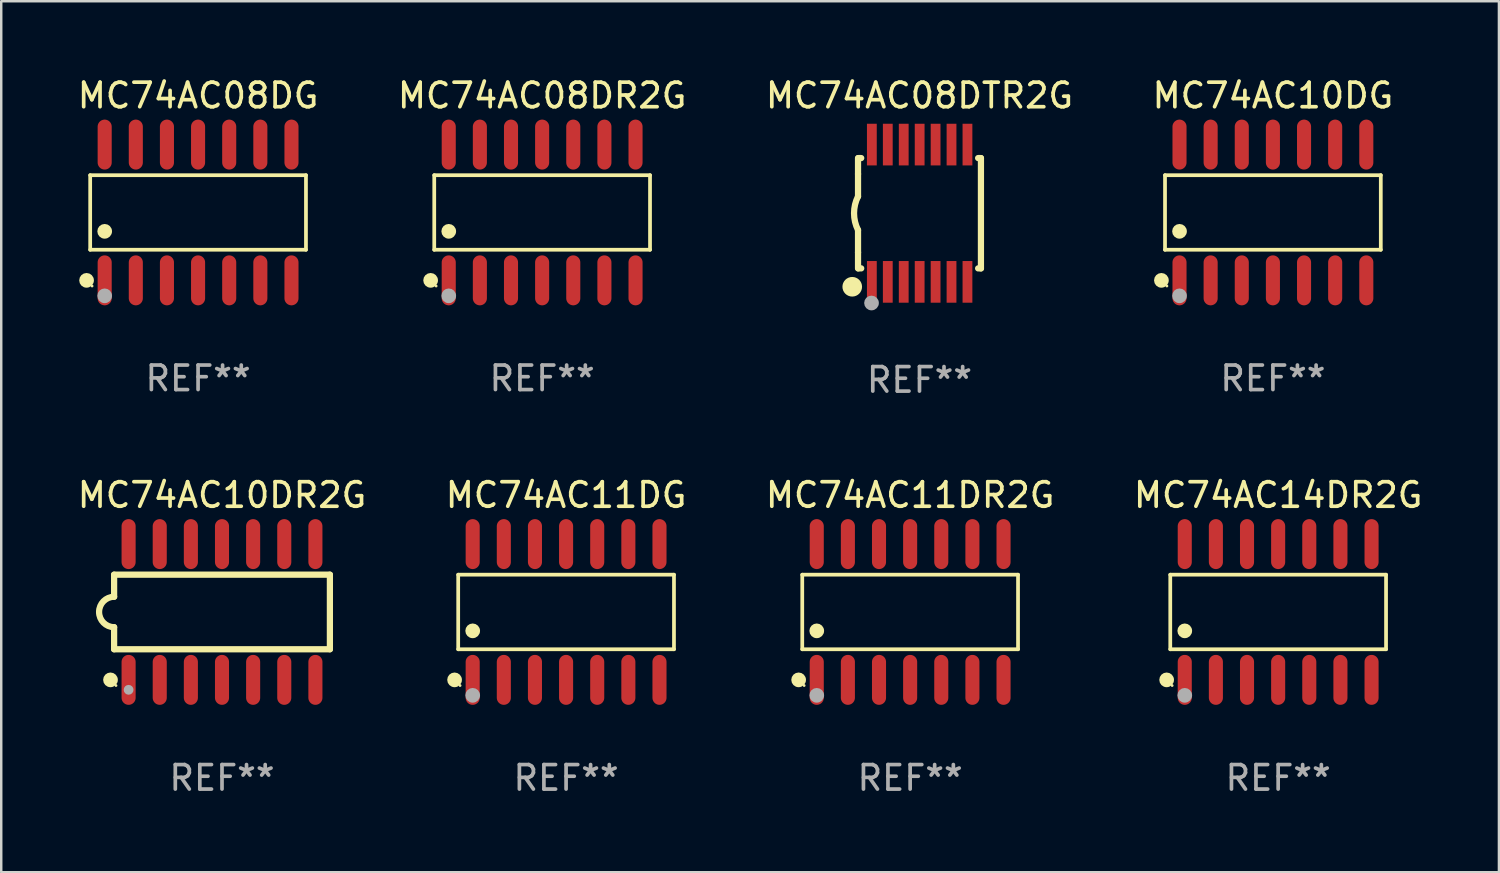
<source format=kicad_pcb>
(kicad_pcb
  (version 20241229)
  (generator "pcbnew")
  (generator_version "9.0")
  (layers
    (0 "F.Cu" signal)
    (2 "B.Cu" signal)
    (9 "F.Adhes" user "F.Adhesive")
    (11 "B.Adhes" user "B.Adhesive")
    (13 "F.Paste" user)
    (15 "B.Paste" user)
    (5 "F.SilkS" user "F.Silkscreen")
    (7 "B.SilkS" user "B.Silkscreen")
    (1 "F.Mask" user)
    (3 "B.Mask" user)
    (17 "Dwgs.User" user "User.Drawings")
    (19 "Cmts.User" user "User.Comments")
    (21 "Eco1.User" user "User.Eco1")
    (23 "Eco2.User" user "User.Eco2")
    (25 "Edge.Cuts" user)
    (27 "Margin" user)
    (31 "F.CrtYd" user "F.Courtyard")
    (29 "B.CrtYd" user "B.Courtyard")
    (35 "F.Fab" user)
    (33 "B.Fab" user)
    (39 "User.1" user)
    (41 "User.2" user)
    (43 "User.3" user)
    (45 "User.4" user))
  (footprint "MC74AC10DG"
    (layer "F.Cu")
    (at 48.875 5.617)
    (property "Reference" "MC74AC10DG" (at 0 -4.769 0) (layer "F.SilkS") (effects (font (size 1 1) (thickness 0.15))))
    (attr through_hole)
    (fp_line (start -4.401 -1.521) (end 4.401 -1.521) (stroke (width 0.152) (type solid)) (layer "F.SilkS"))
    (fp_line (start -4.401 1.521) (end -4.401 -1.521) (stroke (width 0.152) (type solid)) (layer "F.SilkS"))
    (fp_line (start 4.401 -1.521) (end 4.401 1.521) (stroke (width 0.152) (type solid)) (layer "F.SilkS"))
    (fp_line (start 4.401 1.521) (end -4.401 1.521) (stroke (width 0.152) (type solid)) (layer "F.SilkS"))
    (fp_circle (center -4.549 2.769) (end -4.399 2.769) (stroke (width 0.3) (type solid)) (fill no) (layer "F.SilkS"))
    (fp_circle (center -4.325 3) (end -4.295 3) (stroke (width 0.06) (type solid)) (fill no) (layer "F.SilkS"))
    (fp_circle (center -3.81 0.769) (end -3.66 0.769) (stroke (width 0.3) (type solid)) (fill no) (layer "F.SilkS"))
    (fp_circle (center -3.81 3.4) (end -3.66 3.4) (stroke (width 0.3) (type solid)) (fill no) (layer "F.Fab"))
    (fp_text user "REF**" (at 0 6.769 0) (layer "F.Fab") (effects (font (size 1 1) (thickness 0.15))))
    (pad "1" smd oval (at -3.81 2.769) (size 0.574 2.038) (layers "F.Cu" "F.Mask" "F.Paste"))
    (pad "2" smd oval (at -2.54 2.769) (size 0.574 2.038) (layers "F.Cu" "F.Mask" "F.Paste"))
    (pad "3" smd oval (at -1.27 2.769) (size 0.574 2.038) (layers "F.Cu" "F.Mask" "F.Paste"))
    (pad "4" smd oval (at 0 2.769) (size 0.574 2.038) (layers "F.Cu" "F.Mask" "F.Paste"))
    (pad "5" smd oval (at 1.27 2.769) (size 0.574 2.038) (layers "F.Cu" "F.Mask" "F.Paste"))
    (pad "6" smd oval (at 2.54 2.769) (size 0.574 2.038) (layers "F.Cu" "F.Mask" "F.Paste"))
    (pad "7" smd oval (at 3.81 2.769) (size 0.574 2.038) (layers "F.Cu" "F.Mask" "F.Paste"))
    (pad "8" smd oval (at 3.81 -2.769) (size 0.574 2.038) (layers "F.Cu" "F.Mask" "F.Paste"))
    (pad "9" smd oval (at 2.54 -2.769) (size 0.574 2.038) (layers "F.Cu" "F.Mask" "F.Paste"))
    (pad "10" smd oval (at 1.27 -2.769) (size 0.574 2.038) (layers "F.Cu" "F.Mask" "F.Paste"))
    (pad "11" smd oval (at 0 -2.769) (size 0.574 2.038) (layers "F.Cu" "F.Mask" "F.Paste"))
    (pad "12" smd oval (at -1.27 -2.769) (size 0.574 2.038) (layers "F.Cu" "F.Mask" "F.Paste"))
    (pad "13" smd oval (at -2.54 -2.769) (size 0.574 2.038) (layers "F.Cu" "F.Mask" "F.Paste"))
    (pad "14" smd oval (at -3.81 -2.769) (size 0.574 2.038) (layers "F.Cu" "F.Mask" "F.Paste")))
  (footprint "MC74AC14DR2G"
    (layer "F.Cu")
    (at 49.089 21.914)
    (property "Reference" "MC74AC14DR2G" (at 0 -4.769 0) (layer "F.SilkS") (effects (font (size 1 1) (thickness 0.15))))
    (attr through_hole)
    (fp_line (start -4.401 -1.521) (end 4.401 -1.521) (stroke (width 0.152) (type solid)) (layer "F.SilkS"))
    (fp_line (start -4.401 1.521) (end -4.401 -1.521) (stroke (width 0.152) (type solid)) (layer "F.SilkS"))
    (fp_line (start 4.401 -1.521) (end 4.401 1.521) (stroke (width 0.152) (type solid)) (layer "F.SilkS"))
    (fp_line (start 4.401 1.521) (end -4.401 1.521) (stroke (width 0.152) (type solid)) (layer "F.SilkS"))
    (fp_circle (center -4.549 2.769) (end -4.399 2.769) (stroke (width 0.3) (type solid)) (fill no) (layer "F.SilkS"))
    (fp_circle (center -4.325 3) (end -4.295 3) (stroke (width 0.06) (type solid)) (fill no) (layer "F.SilkS"))
    (fp_circle (center -3.81 0.769) (end -3.66 0.769) (stroke (width 0.3) (type solid)) (fill no) (layer "F.SilkS"))
    (fp_circle (center -3.81 3.4) (end -3.66 3.4) (stroke (width 0.3) (type solid)) (fill no) (layer "F.Fab"))
    (fp_text user "REF**" (at 0 6.769 0) (layer "F.Fab") (effects (font (size 1 1) (thickness 0.15))))
    (pad "1" smd oval (at -3.81 2.769) (size 0.574 2.038) (layers "F.Cu" "F.Mask" "F.Paste"))
    (pad "2" smd oval (at -2.54 2.769) (size 0.574 2.038) (layers "F.Cu" "F.Mask" "F.Paste"))
    (pad "3" smd oval (at -1.27 2.769) (size 0.574 2.038) (layers "F.Cu" "F.Mask" "F.Paste"))
    (pad "4" smd oval (at 0 2.769) (size 0.574 2.038) (layers "F.Cu" "F.Mask" "F.Paste"))
    (pad "5" smd oval (at 1.27 2.769) (size 0.574 2.038) (layers "F.Cu" "F.Mask" "F.Paste"))
    (pad "6" smd oval (at 2.54 2.769) (size 0.574 2.038) (layers "F.Cu" "F.Mask" "F.Paste"))
    (pad "7" smd oval (at 3.81 2.769) (size 0.574 2.038) (layers "F.Cu" "F.Mask" "F.Paste"))
    (pad "8" smd oval (at 3.81 -2.769) (size 0.574 2.038) (layers "F.Cu" "F.Mask" "F.Paste"))
    (pad "9" smd oval (at 2.54 -2.769) (size 0.574 2.038) (layers "F.Cu" "F.Mask" "F.Paste"))
    (pad "10" smd oval (at 1.27 -2.769) (size 0.574 2.038) (layers "F.Cu" "F.Mask" "F.Paste"))
    (pad "11" smd oval (at 0 -2.769) (size 0.574 2.038) (layers "F.Cu" "F.Mask" "F.Paste"))
    (pad "12" smd oval (at -1.27 -2.769) (size 0.574 2.038) (layers "F.Cu" "F.Mask" "F.Paste"))
    (pad "13" smd oval (at -2.54 -2.769) (size 0.574 2.038) (layers "F.Cu" "F.Mask" "F.Paste"))
    (pad "14" smd oval (at -3.81 -2.769) (size 0.574 2.038) (layers "F.Cu" "F.Mask" "F.Paste")))
  (footprint "MC74AC08DR2G"
    (layer "F.Cu")
    (at 19.065 5.617)
    (property "Reference" "MC74AC08DR2G" (at 0 -4.769 0) (layer "F.SilkS") (effects (font (size 1 1) (thickness 0.15))))
    (attr through_hole)
    (fp_line (start -4.401 -1.521) (end 4.401 -1.521) (stroke (width 0.152) (type solid)) (layer "F.SilkS"))
    (fp_line (start -4.401 1.521) (end -4.401 -1.521) (stroke (width 0.152) (type solid)) (layer "F.SilkS"))
    (fp_line (start 4.401 -1.521) (end 4.401 1.521) (stroke (width 0.152) (type solid)) (layer "F.SilkS"))
    (fp_line (start 4.401 1.521) (end -4.401 1.521) (stroke (width 0.152) (type solid)) (layer "F.SilkS"))
    (fp_circle (center -4.549 2.769) (end -4.399 2.769) (stroke (width 0.3) (type solid)) (fill no) (layer "F.SilkS"))
    (fp_circle (center -4.325 3) (end -4.295 3) (stroke (width 0.06) (type solid)) (fill no) (layer "F.SilkS"))
    (fp_circle (center -3.81 0.769) (end -3.66 0.769) (stroke (width 0.3) (type solid)) (fill no) (layer "F.SilkS"))
    (fp_circle (center -3.81 3.4) (end -3.66 3.4) (stroke (width 0.3) (type solid)) (fill no) (layer "F.Fab"))
    (fp_text user "REF**" (at 0 6.769 0) (layer "F.Fab") (effects (font (size 1 1) (thickness 0.15))))
    (pad "1" smd oval (at -3.81 2.769) (size 0.574 2.038) (layers "F.Cu" "F.Mask" "F.Paste"))
    (pad "2" smd oval (at -2.54 2.769) (size 0.574 2.038) (layers "F.Cu" "F.Mask" "F.Paste"))
    (pad "3" smd oval (at -1.27 2.769) (size 0.574 2.038) (layers "F.Cu" "F.Mask" "F.Paste"))
    (pad "4" smd oval (at 0 2.769) (size 0.574 2.038) (layers "F.Cu" "F.Mask" "F.Paste"))
    (pad "5" smd oval (at 1.27 2.769) (size 0.574 2.038) (layers "F.Cu" "F.Mask" "F.Paste"))
    (pad "6" smd oval (at 2.54 2.769) (size 0.574 2.038) (layers "F.Cu" "F.Mask" "F.Paste"))
    (pad "7" smd oval (at 3.81 2.769) (size 0.574 2.038) (layers "F.Cu" "F.Mask" "F.Paste"))
    (pad "8" smd oval (at 3.81 -2.769) (size 0.574 2.038) (layers "F.Cu" "F.Mask" "F.Paste"))
    (pad "9" smd oval (at 2.54 -2.769) (size 0.574 2.038) (layers "F.Cu" "F.Mask" "F.Paste"))
    (pad "10" smd oval (at 1.27 -2.769) (size 0.574 2.038) (layers "F.Cu" "F.Mask" "F.Paste"))
    (pad "11" smd oval (at 0 -2.769) (size 0.574 2.038) (layers "F.Cu" "F.Mask" "F.Paste"))
    (pad "12" smd oval (at -1.27 -2.769) (size 0.574 2.038) (layers "F.Cu" "F.Mask" "F.Paste"))
    (pad "13" smd oval (at -2.54 -2.769) (size 0.574 2.038) (layers "F.Cu" "F.Mask" "F.Paste"))
    (pad "14" smd oval (at -3.81 -2.769) (size 0.574 2.038) (layers "F.Cu" "F.Mask" "F.Paste")))
  (footprint "MC74AC10DR2G"
    (layer "F.Cu")
    (at 6.006 21.914)
    (property "Reference" "MC74AC10DR2G" (at 0 -4.769 0) (layer "F.SilkS") (effects (font (size 1 1) (thickness 0.15))))
    (attr through_hole)
    (fp_line (start -4.401 -1.522) (end -4.401 -0.622) (stroke (width 0.254) (type solid)) (layer "F.SilkS"))
    (fp_line (start -4.401 -1.522) (end 4.401 -1.522) (stroke (width 0.254) (type solid)) (layer "F.SilkS"))
    (fp_line (start -4.401 1.521) (end -4.401 0.621) (stroke (width 0.254) (type solid)) (layer "F.SilkS"))
    (fp_line (start 4.401 -1.522) (end 4.401 1.521) (stroke (width 0.254) (type solid)) (layer "F.SilkS"))
    (fp_line (start 4.401 1.521) (end -4.401 1.521) (stroke (width 0.254) (type solid)) (layer "F.SilkS"))
    (fp_arc (start -4.401219 0.621311) (mid -5.021261 -0.000419) (end -4.400101 -0.621032) (stroke (width 0.254001) (type solid)) (layer "F.SilkS"))
    (fp_circle (center -4.549 2.769) (end -4.399 2.769) (stroke (width 0.3) (type solid)) (fill no) (layer "F.SilkS"))
    (fp_circle (center -4.325 3) (end -4.295 3) (stroke (width 0.06) (type solid)) (fill no) (layer "F.SilkS"))
    (fp_circle (center -3.81 3.175) (end -3.71 3.175) (stroke (width 0.2) (type solid)) (fill no) (layer "F.Fab"))
    (fp_text user "REF**" (at 0 6.769 0) (layer "F.Fab") (effects (font (size 1 1) (thickness 0.15))))
    (pad "1" smd oval (at -3.81 2.769) (size 0.574 2.038) (layers "F.Cu" "F.Mask" "F.Paste"))
    (pad "2" smd oval (at -2.54 2.769) (size 0.574 2.038) (layers "F.Cu" "F.Mask" "F.Paste"))
    (pad "3" smd oval (at -1.27 2.769) (size 0.574 2.038) (layers "F.Cu" "F.Mask" "F.Paste"))
    (pad "4" smd oval (at -0.000051 2.769) (size 0.574 2.038) (layers "F.Cu" "F.Mask" "F.Paste"))
    (pad "5" smd oval (at 1.27 2.769) (size 0.574 2.038) (layers "F.Cu" "F.Mask" "F.Paste"))
    (pad "6" smd oval (at 2.54 2.769) (size 0.574 2.038) (layers "F.Cu" "F.Mask" "F.Paste"))
    (pad "7" smd oval (at 3.81 2.769) (size 0.574 2.038) (layers "F.Cu" "F.Mask" "F.Paste"))
    (pad "8" smd oval (at 3.81 -2.769) (size 0.574 2.038) (layers "F.Cu" "F.Mask" "F.Paste"))
    (pad "9" smd oval (at 2.54 -2.769) (size 0.574 2.038) (layers "F.Cu" "F.Mask" "F.Paste"))
    (pad "10" smd oval (at 1.27 -2.769) (size 0.574 2.038) (layers "F.Cu" "F.Mask" "F.Paste"))
    (pad "11" smd oval (at -0.000051 -2.769) (size 0.574 2.038) (layers "F.Cu" "F.Mask" "F.Paste"))
    (pad "12" smd oval (at -1.27 -2.769) (size 0.574 2.038) (layers "F.Cu" "F.Mask" "F.Paste"))
    (pad "13" smd oval (at -2.54 -2.769) (size 0.574 2.038) (layers "F.Cu" "F.Mask" "F.Paste"))
    (pad "14" smd oval (at -3.81 -2.769) (size 0.574 2.038) (layers "F.Cu" "F.Mask" "F.Paste")))
  (footprint "MC74AC08DG"
    (layer "F.Cu")
    (at 5.03 5.617)
    (property "Reference" "MC74AC08DG" (at 0 -4.769 0) (layer "F.SilkS") (effects (font (size 1 1) (thickness 0.15))))
    (attr through_hole)
    (fp_line (start -4.401 -1.521) (end 4.401 -1.521) (stroke (width 0.152) (type solid)) (layer "F.SilkS"))
    (fp_line (start -4.401 1.521) (end -4.401 -1.521) (stroke (width 0.152) (type solid)) (layer "F.SilkS"))
    (fp_line (start 4.401 -1.521) (end 4.401 1.521) (stroke (width 0.152) (type solid)) (layer "F.SilkS"))
    (fp_line (start 4.401 1.521) (end -4.401 1.521) (stroke (width 0.152) (type solid)) (layer "F.SilkS"))
    (fp_circle (center -4.549 2.769) (end -4.399 2.769) (stroke (width 0.3) (type solid)) (fill no) (layer "F.SilkS"))
    (fp_circle (center -4.325 3) (end -4.295 3) (stroke (width 0.06) (type solid)) (fill no) (layer "F.SilkS"))
    (fp_circle (center -3.81 0.769) (end -3.66 0.769) (stroke (width 0.3) (type solid)) (fill no) (layer "F.SilkS"))
    (fp_circle (center -3.81 3.4) (end -3.66 3.4) (stroke (width 0.3) (type solid)) (fill no) (layer "F.Fab"))
    (fp_text user "REF**" (at 0 6.769 0) (layer "F.Fab") (effects (font (size 1 1) (thickness 0.15))))
    (pad "1" smd oval (at -3.81 2.769) (size 0.574 2.038) (layers "F.Cu" "F.Mask" "F.Paste"))
    (pad "2" smd oval (at -2.54 2.769) (size 0.574 2.038) (layers "F.Cu" "F.Mask" "F.Paste"))
    (pad "3" smd oval (at -1.27 2.769) (size 0.574 2.038) (layers "F.Cu" "F.Mask" "F.Paste"))
    (pad "4" smd oval (at 0 2.769) (size 0.574 2.038) (layers "F.Cu" "F.Mask" "F.Paste"))
    (pad "5" smd oval (at 1.27 2.769) (size 0.574 2.038) (layers "F.Cu" "F.Mask" "F.Paste"))
    (pad "6" smd oval (at 2.54 2.769) (size 0.574 2.038) (layers "F.Cu" "F.Mask" "F.Paste"))
    (pad "7" smd oval (at 3.81 2.769) (size 0.574 2.038) (layers "F.Cu" "F.Mask" "F.Paste"))
    (pad "8" smd oval (at 3.81 -2.769) (size 0.574 2.038) (layers "F.Cu" "F.Mask" "F.Paste"))
    (pad "9" smd oval (at 2.54 -2.769) (size 0.574 2.038) (layers "F.Cu" "F.Mask" "F.Paste"))
    (pad "10" smd oval (at 1.27 -2.769) (size 0.574 2.038) (layers "F.Cu" "F.Mask" "F.Paste"))
    (pad "11" smd oval (at 0 -2.769) (size 0.574 2.038) (layers "F.Cu" "F.Mask" "F.Paste"))
    (pad "12" smd oval (at -1.27 -2.769) (size 0.574 2.038) (layers "F.Cu" "F.Mask" "F.Paste"))
    (pad "13" smd oval (at -2.54 -2.769) (size 0.574 2.038) (layers "F.Cu" "F.Mask" "F.Paste"))
    (pad "14" smd oval (at -3.81 -2.769) (size 0.574 2.038) (layers "F.Cu" "F.Mask" "F.Paste")))
  (footprint "MC74AC11DG"
    (layer "F.Cu")
    (at 20.042 21.914)
    (property "Reference" "MC74AC11DG" (at 0 -4.769 0) (layer "F.SilkS") (effects (font (size 1 1) (thickness 0.15))))
    (attr through_hole)
    (fp_line (start -4.401 -1.521) (end 4.401 -1.521) (stroke (width 0.152) (type solid)) (layer "F.SilkS"))
    (fp_line (start -4.401 1.521) (end -4.401 -1.521) (stroke (width 0.152) (type solid)) (layer "F.SilkS"))
    (fp_line (start 4.401 -1.521) (end 4.401 1.521) (stroke (width 0.152) (type solid)) (layer "F.SilkS"))
    (fp_line (start 4.401 1.521) (end -4.401 1.521) (stroke (width 0.152) (type solid)) (layer "F.SilkS"))
    (fp_circle (center -4.549 2.769) (end -4.399 2.769) (stroke (width 0.3) (type solid)) (fill no) (layer "F.SilkS"))
    (fp_circle (center -4.325 3) (end -4.295 3) (stroke (width 0.06) (type solid)) (fill no) (layer "F.SilkS"))
    (fp_circle (center -3.81 0.769) (end -3.66 0.769) (stroke (width 0.3) (type solid)) (fill no) (layer "F.SilkS"))
    (fp_circle (center -3.81 3.4) (end -3.66 3.4) (stroke (width 0.3) (type solid)) (fill no) (layer "F.Fab"))
    (fp_text user "REF**" (at 0 6.769 0) (layer "F.Fab") (effects (font (size 1 1) (thickness 0.15))))
    (pad "1" smd oval (at -3.81 2.769) (size 0.574 2.038) (layers "F.Cu" "F.Mask" "F.Paste"))
    (pad "2" smd oval (at -2.54 2.769) (size 0.574 2.038) (layers "F.Cu" "F.Mask" "F.Paste"))
    (pad "3" smd oval (at -1.27 2.769) (size 0.574 2.038) (layers "F.Cu" "F.Mask" "F.Paste"))
    (pad "4" smd oval (at 0 2.769) (size 0.574 2.038) (layers "F.Cu" "F.Mask" "F.Paste"))
    (pad "5" smd oval (at 1.27 2.769) (size 0.574 2.038) (layers "F.Cu" "F.Mask" "F.Paste"))
    (pad "6" smd oval (at 2.54 2.769) (size 0.574 2.038) (layers "F.Cu" "F.Mask" "F.Paste"))
    (pad "7" smd oval (at 3.81 2.769) (size 0.574 2.038) (layers "F.Cu" "F.Mask" "F.Paste"))
    (pad "8" smd oval (at 3.81 -2.769) (size 0.574 2.038) (layers "F.Cu" "F.Mask" "F.Paste"))
    (pad "9" smd oval (at 2.54 -2.769) (size 0.574 2.038) (layers "F.Cu" "F.Mask" "F.Paste"))
    (pad "10" smd oval (at 1.27 -2.769) (size 0.574 2.038) (layers "F.Cu" "F.Mask" "F.Paste"))
    (pad "11" smd oval (at 0 -2.769) (size 0.574 2.038) (layers "F.Cu" "F.Mask" "F.Paste"))
    (pad "12" smd oval (at -1.27 -2.769) (size 0.574 2.038) (layers "F.Cu" "F.Mask" "F.Paste"))
    (pad "13" smd oval (at -2.54 -2.769) (size 0.574 2.038) (layers "F.Cu" "F.Mask" "F.Paste"))
    (pad "14" smd oval (at -3.81 -2.769) (size 0.574 2.038) (layers "F.Cu" "F.Mask" "F.Paste")))
  (footprint "MC74AC11DR2G"
    (layer "F.Cu")
    (at 34.077 21.914)
    (property "Reference" "MC74AC11DR2G" (at 0 -4.769 0) (layer "F.SilkS") (effects (font (size 1 1) (thickness 0.15))))
    (attr through_hole)
    (fp_line (start -4.401 -1.521) (end 4.401 -1.521) (stroke (width 0.152) (type solid)) (layer "F.SilkS"))
    (fp_line (start -4.401 1.521) (end -4.401 -1.521) (stroke (width 0.152) (type solid)) (layer "F.SilkS"))
    (fp_line (start 4.401 -1.521) (end 4.401 1.521) (stroke (width 0.152) (type solid)) (layer "F.SilkS"))
    (fp_line (start 4.401 1.521) (end -4.401 1.521) (stroke (width 0.152) (type solid)) (layer "F.SilkS"))
    (fp_circle (center -4.549 2.769) (end -4.399 2.769) (stroke (width 0.3) (type solid)) (fill no) (layer "F.SilkS"))
    (fp_circle (center -4.325 3) (end -4.295 3) (stroke (width 0.06) (type solid)) (fill no) (layer "F.SilkS"))
    (fp_circle (center -3.81 0.769) (end -3.66 0.769) (stroke (width 0.3) (type solid)) (fill no) (layer "F.SilkS"))
    (fp_circle (center -3.81 3.4) (end -3.66 3.4) (stroke (width 0.3) (type solid)) (fill no) (layer "F.Fab"))
    (fp_text user "REF**" (at 0 6.769 0) (layer "F.Fab") (effects (font (size 1 1) (thickness 0.15))))
    (pad "1" smd oval (at -3.81 2.769) (size 0.574 2.038) (layers "F.Cu" "F.Mask" "F.Paste"))
    (pad "2" smd oval (at -2.54 2.769) (size 0.574 2.038) (layers "F.Cu" "F.Mask" "F.Paste"))
    (pad "3" smd oval (at -1.27 2.769) (size 0.574 2.038) (layers "F.Cu" "F.Mask" "F.Paste"))
    (pad "4" smd oval (at 0 2.769) (size 0.574 2.038) (layers "F.Cu" "F.Mask" "F.Paste"))
    (pad "5" smd oval (at 1.27 2.769) (size 0.574 2.038) (layers "F.Cu" "F.Mask" "F.Paste"))
    (pad "6" smd oval (at 2.54 2.769) (size 0.574 2.038) (layers "F.Cu" "F.Mask" "F.Paste"))
    (pad "7" smd oval (at 3.81 2.769) (size 0.574 2.038) (layers "F.Cu" "F.Mask" "F.Paste"))
    (pad "8" smd oval (at 3.81 -2.769) (size 0.574 2.038) (layers "F.Cu" "F.Mask" "F.Paste"))
    (pad "9" smd oval (at 2.54 -2.769) (size 0.574 2.038) (layers "F.Cu" "F.Mask" "F.Paste"))
    (pad "10" smd oval (at 1.27 -2.769) (size 0.574 2.038) (layers "F.Cu" "F.Mask" "F.Paste"))
    (pad "11" smd oval (at 0 -2.769) (size 0.574 2.038) (layers "F.Cu" "F.Mask" "F.Paste"))
    (pad "12" smd oval (at -1.27 -2.769) (size 0.574 2.038) (layers "F.Cu" "F.Mask" "F.Paste"))
    (pad "13" smd oval (at -2.54 -2.769) (size 0.574 2.038) (layers "F.Cu" "F.Mask" "F.Paste"))
    (pad "14" smd oval (at -3.81 -2.769) (size 0.574 2.038) (layers "F.Cu" "F.Mask" "F.Paste")))
  (footprint "MC74AC08DTR2G"
    (layer "F.Cu")
    (at 34.458 5.648)
    (property "Reference" "MC74AC08DTR2G" (at 0 -4.8 0) (layer "F.SilkS") (effects (font (size 1 1) (thickness 0.15))))
    (attr through_hole)
    (fp_line (start -2.507 -1.6) (end -2.507 -2.25) (stroke (width 0.254) (type solid)) (layer "F.SilkS"))
    (fp_line (start -2.507 -0.686) (end -2.507 -1.6) (stroke (width 0.254) (type solid)) (layer "F.SilkS"))
    (fp_line (start -2.507 1.6) (end -2.507 0.686) (stroke (width 0.254) (type solid)) (layer "F.SilkS"))
    (fp_line (start -2.507 1.6) (end -2.507 2.25) (stroke (width 0.254) (type solid)) (layer "F.SilkS"))
    (fp_line (start -2.493 -2.25) (end -2.377 -2.25) (stroke (width 0.254) (type solid)) (layer "F.SilkS"))
    (fp_line (start -2.377 2.25) (end -2.493 2.25) (stroke (width 0.254) (type solid)) (layer "F.SilkS"))
    (fp_line (start 2.392 -2.25) (end 2.507 -2.25) (stroke (width 0.254) (type solid)) (layer "F.SilkS"))
    (fp_line (start 2.507 -2.25) (end 2.507 2.25) (stroke (width 0.254) (type solid)) (layer "F.SilkS"))
    (fp_line (start 2.507 2.25) (end 2.392 2.25) (stroke (width 0.254) (type solid)) (layer "F.SilkS"))
    (fp_arc (start -2.507303 0.685802) (mid -2.669199 0) (end -2.507303 -0.685801) (stroke (width 0.254001) (type solid)) (layer "F.SilkS"))
    (fp_circle (center -2.743 3) (end -2.543 3) (stroke (width 0.4) (type solid)) (fill no) (layer "F.SilkS"))
    (fp_circle (center -2.493 3.2) (end -2.463 3.2) (stroke (width 0.06) (type solid)) (fill no) (layer "F.SilkS"))
    (fp_circle (center -1.957 3.662) (end -1.807 3.662) (stroke (width 0.3) (type solid)) (fill no) (layer "F.Fab"))
    (fp_text user "REF**" (at 0 6.8 0) (layer "F.Fab") (effects (font (size 1 1) (thickness 0.15))))
    (pad "1" smd rect (at -1.943 2.8) (size 0.4 1.7) (layers "F.Cu" "F.Mask" "F.Paste"))
    (pad "2" smd rect (at -1.293 2.8) (size 0.4 1.7) (layers "F.Cu" "F.Mask" "F.Paste"))
    (pad "3" smd rect (at -0.643 2.8) (size 0.4 1.7) (layers "F.Cu" "F.Mask" "F.Paste"))
    (pad "4" smd rect (at 0.007 2.8) (size 0.4 1.7) (layers "F.Cu" "F.Mask" "F.Paste"))
    (pad "5" smd rect (at 0.657 2.8) (size 0.4 1.7) (layers "F.Cu" "F.Mask" "F.Paste"))
    (pad "6" smd rect (at 1.307 2.8) (size 0.4 1.7) (layers "F.Cu" "F.Mask" "F.Paste"))
    (pad "7" smd rect (at 1.957 2.8) (size 0.4 1.7) (layers "F.Cu" "F.Mask" "F.Paste"))
    (pad "8" smd rect (at 1.957 -2.8) (size 0.4 1.7) (layers "F.Cu" "F.Mask" "F.Paste"))
    (pad "9" smd rect (at 1.307 -2.8) (size 0.4 1.7) (layers "F.Cu" "F.Mask" "F.Paste"))
    (pad "10" smd rect (at 0.657 -2.8) (size 0.4 1.7) (layers "F.Cu" "F.Mask" "F.Paste"))
    (pad "11" smd rect (at 0.007 -2.8) (size 0.4 1.7) (layers "F.Cu" "F.Mask" "F.Paste"))
    (pad "12" smd rect (at -0.643 -2.8) (size 0.4 1.7) (layers "F.Cu" "F.Mask" "F.Paste"))
    (pad "13" smd rect (at -1.293 -2.8) (size 0.4 1.7) (layers "F.Cu" "F.Mask" "F.Paste"))
    (pad "14" smd rect (at -1.943 -2.8) (size 0.4 1.7) (layers "F.Cu" "F.Mask" "F.Paste")))
  (gr_rect
    (start -3 -3)
    (end 58.095 32.531)
    (stroke (width 0.1) (type default))
    (fill no)
    (layer "Edge.Cuts")))
</source>
